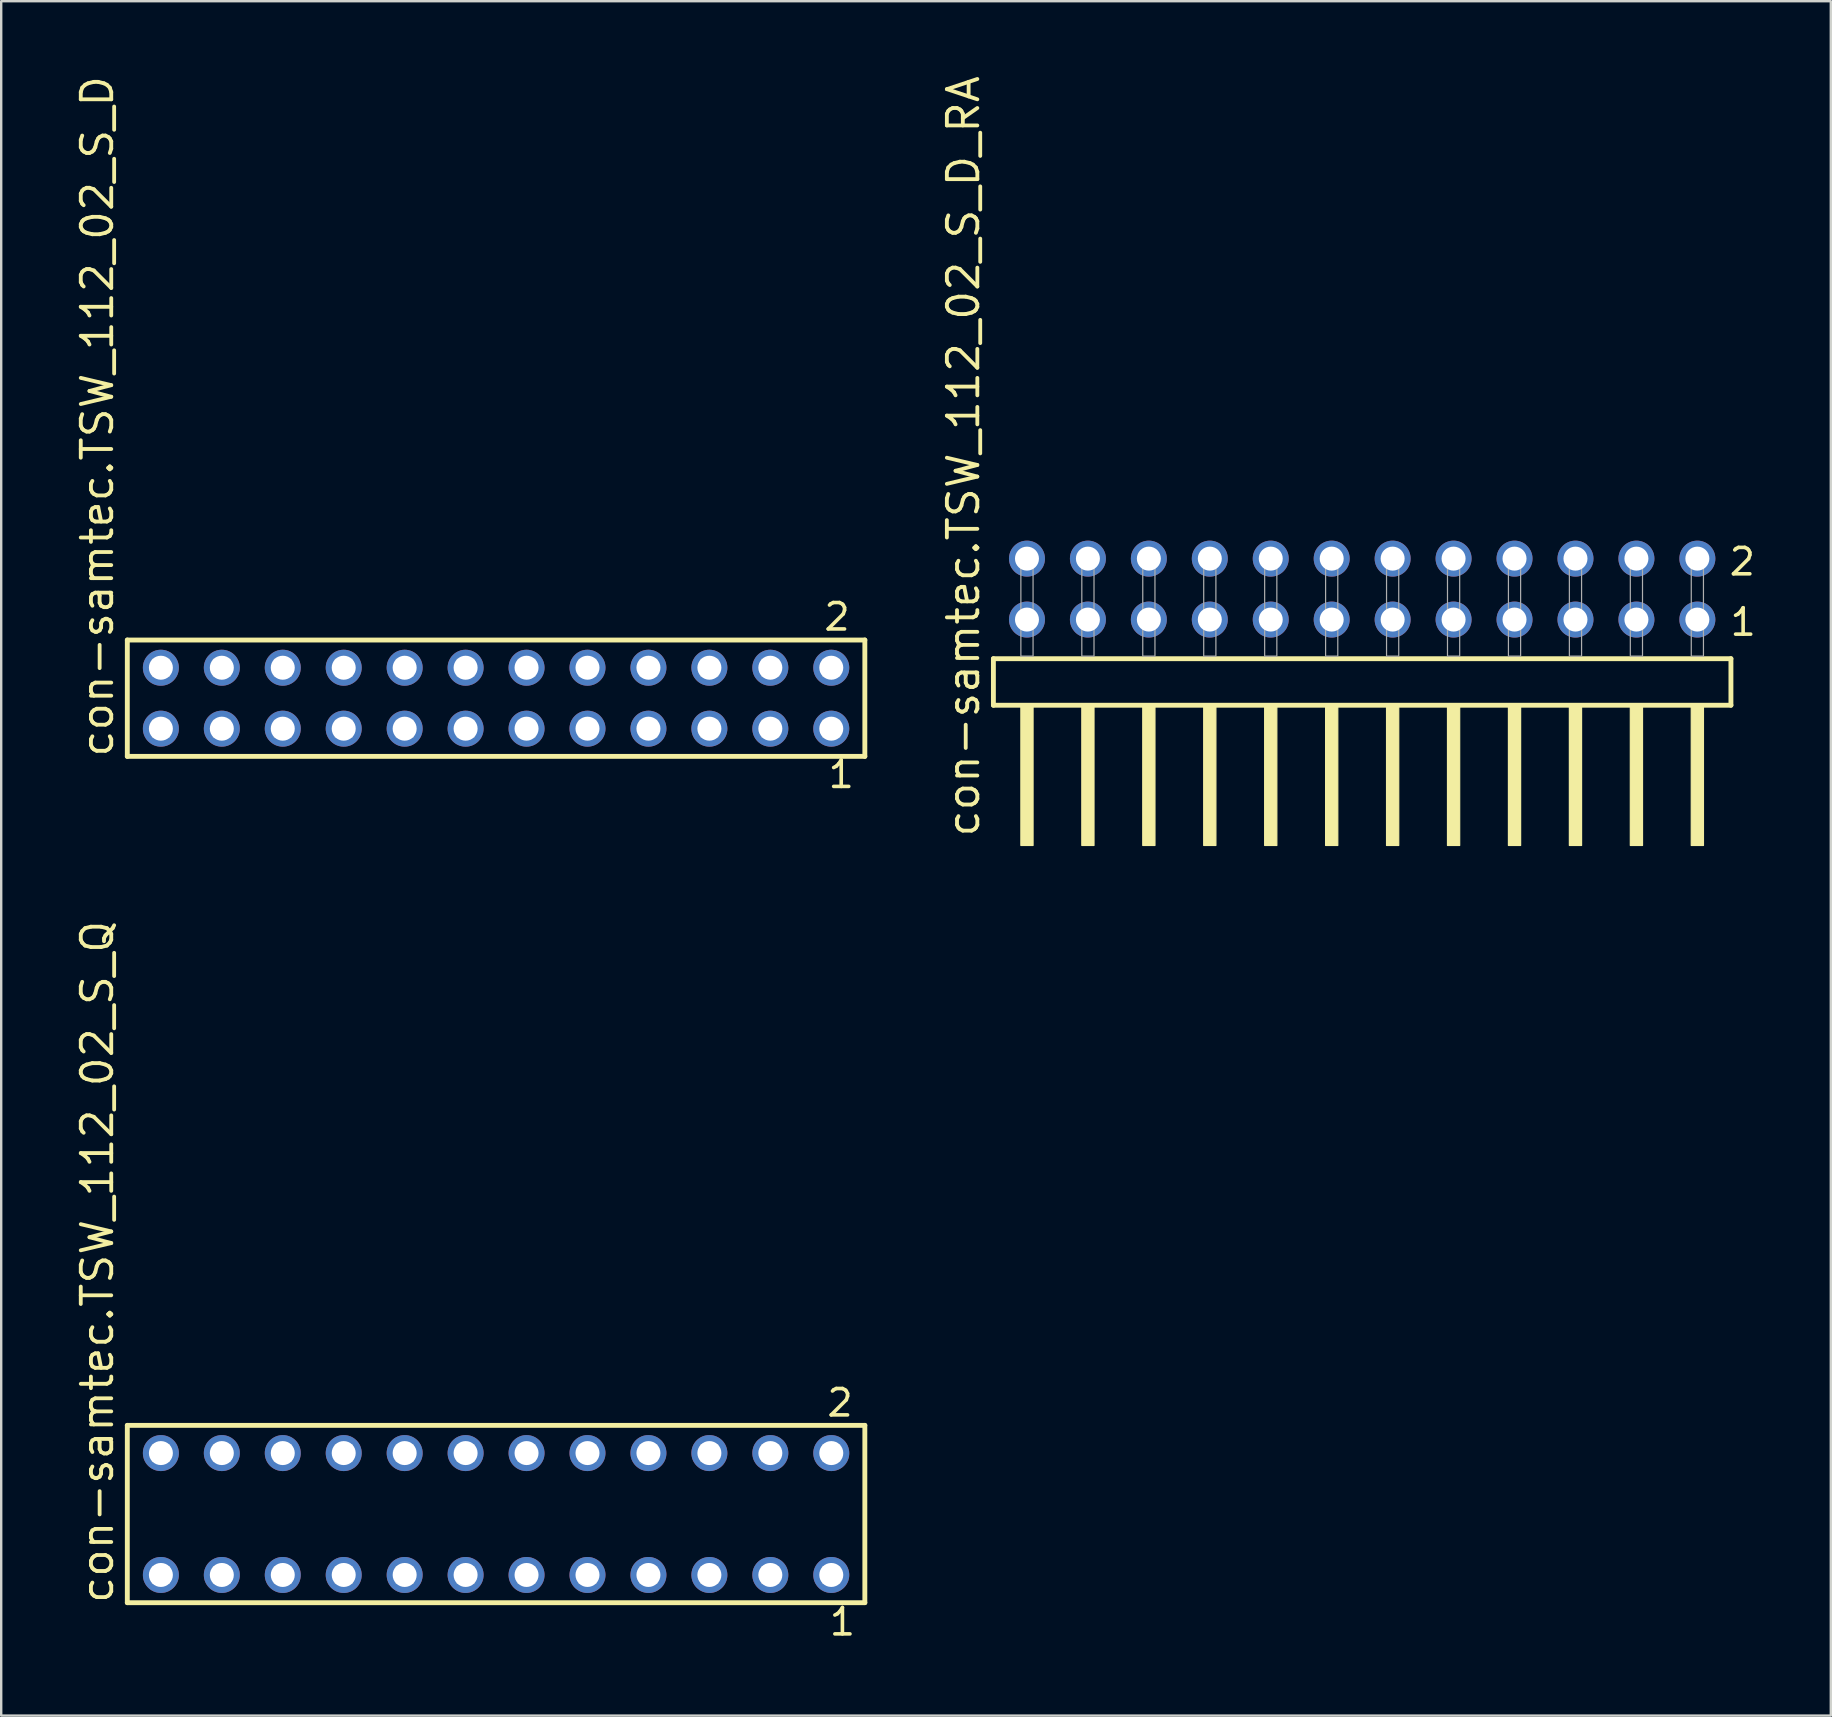
<source format=kicad_pcb>
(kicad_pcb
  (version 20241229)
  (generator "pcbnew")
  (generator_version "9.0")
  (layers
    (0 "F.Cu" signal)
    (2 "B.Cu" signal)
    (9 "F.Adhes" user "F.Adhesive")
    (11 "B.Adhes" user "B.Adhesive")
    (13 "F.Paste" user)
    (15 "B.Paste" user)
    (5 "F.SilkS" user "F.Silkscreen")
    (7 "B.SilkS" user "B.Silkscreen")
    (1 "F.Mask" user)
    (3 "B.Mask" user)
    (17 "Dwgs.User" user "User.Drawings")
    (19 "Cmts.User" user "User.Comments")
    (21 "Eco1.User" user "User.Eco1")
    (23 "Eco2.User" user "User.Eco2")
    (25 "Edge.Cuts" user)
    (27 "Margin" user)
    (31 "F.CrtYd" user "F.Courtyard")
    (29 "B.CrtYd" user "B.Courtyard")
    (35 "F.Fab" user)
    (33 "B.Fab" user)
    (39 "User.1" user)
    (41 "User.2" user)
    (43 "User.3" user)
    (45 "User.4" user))
  (footprint "con-samtec.TSW_112_02_S_D_RA"
    (layer "F.Cu")
    (at 53.721 24.296)
    (property "Reference" "con-samtec.TSW_112_02_S_D_RA" (at -15.875 7.62 90) (layer "F.SilkS") (effects (font (size 1.27 1.27) (thickness 0.16)) (justify left bottom)))
    (attr through_hole)
    (fp_line (start -15.369 0.106) (end -15.369 2.046) (stroke (width 0.203) (type default)) (layer "F.SilkS"))
    (fp_line (start -15.369 2.046) (end 15.369 2.046) (stroke (width 0.203) (type default)) (layer "F.SilkS"))
    (fp_line (start 15.369 0.106) (end -15.369 0.106) (stroke (width 0.203) (type default)) (layer "F.SilkS"))
    (fp_line (start 15.369 2.046) (end 15.369 0.106) (stroke (width 0.203) (type default)) (layer "F.SilkS"))
    (fp_rect (start -14.224 7.89) (end -13.716 2.04) (stroke (width 0.05) (type default)) (fill yes) (layer "F.SilkS"))
    (fp_rect (start -11.684 7.89) (end -11.176 2.04) (stroke (width 0.05) (type default)) (fill yes) (layer "F.SilkS"))
    (fp_rect (start -9.144 7.89) (end -8.636 2.04) (stroke (width 0.05) (type default)) (fill yes) (layer "F.SilkS"))
    (fp_rect (start -6.604 7.89) (end -6.096 2.04) (stroke (width 0.05) (type default)) (fill yes) (layer "F.SilkS"))
    (fp_rect (start -4.064 7.89) (end -3.556 2.04) (stroke (width 0.05) (type default)) (fill yes) (layer "F.SilkS"))
    (fp_rect (start -1.524 7.89) (end -1.016 2.04) (stroke (width 0.05) (type default)) (fill yes) (layer "F.SilkS"))
    (fp_rect (start 1.016 7.89) (end 1.524 2.04) (stroke (width 0.05) (type default)) (fill yes) (layer "F.SilkS"))
    (fp_rect (start 3.556 7.89) (end 4.064 2.04) (stroke (width 0.05) (type default)) (fill yes) (layer "F.SilkS"))
    (fp_rect (start 6.096 7.89) (end 6.604 2.04) (stroke (width 0.05) (type default)) (fill yes) (layer "F.SilkS"))
    (fp_rect (start 8.636 7.89) (end 9.144 2.04) (stroke (width 0.05) (type default)) (fill yes) (layer "F.SilkS"))
    (fp_rect (start 11.176 7.89) (end 11.684 2.04) (stroke (width 0.05) (type default)) (fill yes) (layer "F.SilkS"))
    (fp_rect (start 13.716 7.89) (end 14.224 2.04) (stroke (width 0.05) (type default)) (fill yes) (layer "F.SilkS"))
    (fp_rect (start -14.224 0) (end -13.716 -4.318) (stroke (width 0.05) (type default)) (fill no) (layer "F.Fab"))
    (fp_rect (start -11.684 0) (end -11.176 -4.318) (stroke (width 0.05) (type default)) (fill no) (layer "F.Fab"))
    (fp_rect (start -9.144 0) (end -8.636 -4.318) (stroke (width 0.05) (type default)) (fill no) (layer "F.Fab"))
    (fp_rect (start -6.604 0) (end -6.096 -4.318) (stroke (width 0.05) (type default)) (fill no) (layer "F.Fab"))
    (fp_rect (start -4.064 0) (end -3.556 -4.318) (stroke (width 0.05) (type default)) (fill no) (layer "F.Fab"))
    (fp_rect (start -1.524 0) (end -1.016 -4.318) (stroke (width 0.05) (type default)) (fill no) (layer "F.Fab"))
    (fp_rect (start 1.016 0) (end 1.524 -4.318) (stroke (width 0.05) (type default)) (fill no) (layer "F.Fab"))
    (fp_rect (start 3.556 0) (end 4.064 -4.318) (stroke (width 0.05) (type default)) (fill no) (layer "F.Fab"))
    (fp_rect (start 6.096 0) (end 6.604 -4.318) (stroke (width 0.05) (type default)) (fill no) (layer "F.Fab"))
    (fp_rect (start 8.636 0) (end 9.144 -4.318) (stroke (width 0.05) (type default)) (fill no) (layer "F.Fab"))
    (fp_rect (start 11.176 0) (end 11.684 -4.318) (stroke (width 0.05) (type default)) (fill no) (layer "F.Fab"))
    (fp_rect (start 13.716 0) (end 14.224 -4.318) (stroke (width 0.05) (type default)) (fill no) (layer "F.Fab"))
    (fp_text user "1" (at 15.255 -0.775 0) (layer "F.SilkS") (effects (font (size 1.1 1.1) (thickness 0.15)) (justify left bottom)))
    (fp_text user "2" (at 15.22 -3.29 0) (layer "F.SilkS") (effects (font (size 1.1 1.1) (thickness 0.15)) (justify left bottom)))
    (pad "1" thru_hole circle (at 13.97 -1.524 180) (size 1.5 1.5) (drill 1) (layers "*.Cu" "*.Mask"))
    (pad "2" thru_hole circle (at 13.97 -4.064 180) (size 1.5 1.5) (drill 1) (layers "*.Cu" "*.Mask"))
    (pad "3" thru_hole circle (at 11.43 -1.524 180) (size 1.5 1.5) (drill 1) (layers "*.Cu" "*.Mask"))
    (pad "4" thru_hole circle (at 11.43 -4.064 180) (size 1.5 1.5) (drill 1) (layers "*.Cu" "*.Mask"))
    (pad "5" thru_hole circle (at 8.89 -1.524 180) (size 1.5 1.5) (drill 1) (layers "*.Cu" "*.Mask"))
    (pad "6" thru_hole circle (at 8.89 -4.064 180) (size 1.5 1.5) (drill 1) (layers "*.Cu" "*.Mask"))
    (pad "7" thru_hole circle (at 6.35 -1.524 180) (size 1.5 1.5) (drill 1) (layers "*.Cu" "*.Mask"))
    (pad "8" thru_hole circle (at 6.35 -4.064 180) (size 1.5 1.5) (drill 1) (layers "*.Cu" "*.Mask"))
    (pad "9" thru_hole circle (at 3.81 -1.524 180) (size 1.5 1.5) (drill 1) (layers "*.Cu" "*.Mask"))
    (pad "10" thru_hole circle (at 3.81 -4.064 180) (size 1.5 1.5) (drill 1) (layers "*.Cu" "*.Mask"))
    (pad "11" thru_hole circle (at 1.27 -1.524 180) (size 1.5 1.5) (drill 1) (layers "*.Cu" "*.Mask"))
    (pad "12" thru_hole circle (at 1.27 -4.064 180) (size 1.5 1.5) (drill 1) (layers "*.Cu" "*.Mask"))
    (pad "13" thru_hole circle (at -1.27 -1.524 180) (size 1.5 1.5) (drill 1) (layers "*.Cu" "*.Mask"))
    (pad "14" thru_hole circle (at -1.27 -4.064 180) (size 1.5 1.5) (drill 1) (layers "*.Cu" "*.Mask"))
    (pad "15" thru_hole circle (at -3.81 -1.524 180) (size 1.5 1.5) (drill 1) (layers "*.Cu" "*.Mask"))
    (pad "16" thru_hole circle (at -3.81 -4.064 180) (size 1.5 1.5) (drill 1) (layers "*.Cu" "*.Mask"))
    (pad "17" thru_hole circle (at -6.35 -1.524 180) (size 1.5 1.5) (drill 1) (layers "*.Cu" "*.Mask"))
    (pad "18" thru_hole circle (at -6.35 -4.064 180) (size 1.5 1.5) (drill 1) (layers "*.Cu" "*.Mask"))
    (pad "19" thru_hole circle (at -8.89 -1.524 180) (size 1.5 1.5) (drill 1) (layers "*.Cu" "*.Mask"))
    (pad "20" thru_hole circle (at -8.89 -4.064 180) (size 1.5 1.5) (drill 1) (layers "*.Cu" "*.Mask"))
    (pad "21" thru_hole circle (at -11.43 -1.524 180) (size 1.5 1.5) (drill 1) (layers "*.Cu" "*.Mask"))
    (pad "22" thru_hole circle (at -11.43 -4.064 180) (size 1.5 1.5) (drill 1) (layers "*.Cu" "*.Mask"))
    (pad "23" thru_hole circle (at -13.97 -1.524 180) (size 1.5 1.5) (drill 1) (layers "*.Cu" "*.Mask"))
    (pad "24" thru_hole circle (at -13.97 -4.064 180) (size 1.5 1.5) (drill 1) (layers "*.Cu" "*.Mask")))
  (footprint "con-samtec.TSW_112_02_S_Q"
    (layer "F.Cu")
    (at 17.625 60.05)
    (property "Reference" "con-samtec.TSW_112_02_S_Q" (at -15.875 3.81 90) (layer "F.SilkS") (effects (font (size 1.27 1.27) (thickness 0.16)) (justify left bottom)))
    (attr through_hole)
    (fp_line (start -15.369 -3.695) (end 15.369 -3.695) (stroke (width 0.203) (type default)) (layer "F.SilkS"))
    (fp_line (start -15.369 3.695) (end -15.369 -3.695) (stroke (width 0.203) (type default)) (layer "F.SilkS"))
    (fp_line (start 15.369 -3.695) (end 15.369 3.695) (stroke (width 0.203) (type default)) (layer "F.SilkS"))
    (fp_line (start 15.369 3.695) (end -15.369 3.695) (stroke (width 0.203) (type default)) (layer "F.SilkS"))
    (fp_rect (start -14.32 -2.19) (end -13.62 -2.89) (stroke (width 0.05) (type default)) (fill no) (layer "F.Fab"))
    (fp_rect (start -14.32 2.89) (end -13.62 2.19) (stroke (width 0.05) (type default)) (fill no) (layer "F.Fab"))
    (fp_rect (start -11.78 -2.19) (end -11.08 -2.89) (stroke (width 0.05) (type default)) (fill no) (layer "F.Fab"))
    (fp_rect (start -11.78 2.89) (end -11.08 2.19) (stroke (width 0.05) (type default)) (fill no) (layer "F.Fab"))
    (fp_rect (start -9.24 -2.19) (end -8.54 -2.89) (stroke (width 0.05) (type default)) (fill no) (layer "F.Fab"))
    (fp_rect (start -9.24 2.89) (end -8.54 2.19) (stroke (width 0.05) (type default)) (fill no) (layer "F.Fab"))
    (fp_rect (start -6.7 -2.19) (end -6 -2.89) (stroke (width 0.05) (type default)) (fill no) (layer "F.Fab"))
    (fp_rect (start -6.7 2.89) (end -6 2.19) (stroke (width 0.05) (type default)) (fill no) (layer "F.Fab"))
    (fp_rect (start -4.16 -2.19) (end -3.46 -2.89) (stroke (width 0.05) (type default)) (fill no) (layer "F.Fab"))
    (fp_rect (start -4.16 2.89) (end -3.46 2.19) (stroke (width 0.05) (type default)) (fill no) (layer "F.Fab"))
    (fp_rect (start -1.62 -2.19) (end -0.92 -2.89) (stroke (width 0.05) (type default)) (fill no) (layer "F.Fab"))
    (fp_rect (start -1.62 2.89) (end -0.92 2.19) (stroke (width 0.05) (type default)) (fill no) (layer "F.Fab"))
    (fp_rect (start 0.92 -2.19) (end 1.62 -2.89) (stroke (width 0.05) (type default)) (fill no) (layer "F.Fab"))
    (fp_rect (start 0.92 2.89) (end 1.62 2.19) (stroke (width 0.05) (type default)) (fill no) (layer "F.Fab"))
    (fp_rect (start 3.46 -2.19) (end 4.16 -2.89) (stroke (width 0.05) (type default)) (fill no) (layer "F.Fab"))
    (fp_rect (start 3.46 2.89) (end 4.16 2.19) (stroke (width 0.05) (type default)) (fill no) (layer "F.Fab"))
    (fp_rect (start 6 -2.19) (end 6.7 -2.89) (stroke (width 0.05) (type default)) (fill no) (layer "F.Fab"))
    (fp_rect (start 6 2.89) (end 6.7 2.19) (stroke (width 0.05) (type default)) (fill no) (layer "F.Fab"))
    (fp_rect (start 8.54 -2.19) (end 9.24 -2.89) (stroke (width 0.05) (type default)) (fill no) (layer "F.Fab"))
    (fp_rect (start 8.54 2.89) (end 9.24 2.19) (stroke (width 0.05) (type default)) (fill no) (layer "F.Fab"))
    (fp_rect (start 11.08 -2.19) (end 11.78 -2.89) (stroke (width 0.05) (type default)) (fill no) (layer "F.Fab"))
    (fp_rect (start 11.08 2.89) (end 11.78 2.19) (stroke (width 0.05) (type default)) (fill no) (layer "F.Fab"))
    (fp_rect (start 13.62 -2.19) (end 14.32 -2.89) (stroke (width 0.05) (type default)) (fill no) (layer "F.Fab"))
    (fp_rect (start 13.62 2.89) (end 14.32 2.19) (stroke (width 0.05) (type default)) (fill no) (layer "F.Fab"))
    (fp_text user "1" (at 13.812 5.138 0) (layer "F.SilkS") (effects (font (size 1.1 1.1) (thickness 0.15)) (justify left bottom)))
    (fp_text user "2" (at 13.712 -3.989 0) (layer "F.SilkS") (effects (font (size 1.1 1.1) (thickness 0.15)) (justify left bottom)))
    (pad "1" thru_hole circle (at 13.97 2.54 180) (size 1.5 1.5) (drill 1) (layers "*.Cu" "*.Mask"))
    (pad "2" thru_hole circle (at 13.97 -2.54 180) (size 1.5 1.5) (drill 1) (layers "*.Cu" "*.Mask"))
    (pad "3" thru_hole circle (at 11.43 2.54 180) (size 1.5 1.5) (drill 1) (layers "*.Cu" "*.Mask"))
    (pad "4" thru_hole circle (at 11.43 -2.54 180) (size 1.5 1.5) (drill 1) (layers "*.Cu" "*.Mask"))
    (pad "5" thru_hole circle (at 8.89 2.54 180) (size 1.5 1.5) (drill 1) (layers "*.Cu" "*.Mask"))
    (pad "6" thru_hole circle (at 8.89 -2.54 180) (size 1.5 1.5) (drill 1) (layers "*.Cu" "*.Mask"))
    (pad "7" thru_hole circle (at 6.35 2.54 180) (size 1.5 1.5) (drill 1) (layers "*.Cu" "*.Mask"))
    (pad "8" thru_hole circle (at 6.35 -2.54 180) (size 1.5 1.5) (drill 1) (layers "*.Cu" "*.Mask"))
    (pad "9" thru_hole circle (at 3.81 2.54 180) (size 1.5 1.5) (drill 1) (layers "*.Cu" "*.Mask"))
    (pad "10" thru_hole circle (at 3.81 -2.54 180) (size 1.5 1.5) (drill 1) (layers "*.Cu" "*.Mask"))
    (pad "11" thru_hole circle (at 1.27 2.54 180) (size 1.5 1.5) (drill 1) (layers "*.Cu" "*.Mask"))
    (pad "12" thru_hole circle (at 1.27 -2.54 180) (size 1.5 1.5) (drill 1) (layers "*.Cu" "*.Mask"))
    (pad "13" thru_hole circle (at -1.27 2.54 180) (size 1.5 1.5) (drill 1) (layers "*.Cu" "*.Mask"))
    (pad "14" thru_hole circle (at -1.27 -2.54 180) (size 1.5 1.5) (drill 1) (layers "*.Cu" "*.Mask"))
    (pad "15" thru_hole circle (at -3.81 2.54 180) (size 1.5 1.5) (drill 1) (layers "*.Cu" "*.Mask"))
    (pad "16" thru_hole circle (at -3.81 -2.54 180) (size 1.5 1.5) (drill 1) (layers "*.Cu" "*.Mask"))
    (pad "17" thru_hole circle (at -6.35 2.54 180) (size 1.5 1.5) (drill 1) (layers "*.Cu" "*.Mask"))
    (pad "18" thru_hole circle (at -6.35 -2.54 180) (size 1.5 1.5) (drill 1) (layers "*.Cu" "*.Mask"))
    (pad "19" thru_hole circle (at -8.89 2.54 180) (size 1.5 1.5) (drill 1) (layers "*.Cu" "*.Mask"))
    (pad "20" thru_hole circle (at -8.89 -2.54 180) (size 1.5 1.5) (drill 1) (layers "*.Cu" "*.Mask"))
    (pad "21" thru_hole circle (at -11.43 2.54 180) (size 1.5 1.5) (drill 1) (layers "*.Cu" "*.Mask"))
    (pad "22" thru_hole circle (at -11.43 -2.54 180) (size 1.5 1.5) (drill 1) (layers "*.Cu" "*.Mask"))
    (pad "23" thru_hole circle (at -13.97 2.54 180) (size 1.5 1.5) (drill 1) (layers "*.Cu" "*.Mask"))
    (pad "24" thru_hole circle (at -13.97 -2.54 180) (size 1.5 1.5) (drill 1) (layers "*.Cu" "*.Mask")))
  (footprint "con-samtec.TSW_112_02_S_D"
    (layer "F.Cu")
    (at 17.625 26.049)
    (property "Reference" "con-samtec.TSW_112_02_S_D" (at -15.875 2.54 90) (layer "F.SilkS") (effects (font (size 1.27 1.27) (thickness 0.16)) (justify left bottom)))
    (attr through_hole)
    (fp_line (start -15.369 -2.425) (end 15.369 -2.425) (stroke (width 0.203) (type default)) (layer "F.SilkS"))
    (fp_line (start -15.369 2.425) (end -15.369 -2.425) (stroke (width 0.203) (type default)) (layer "F.SilkS"))
    (fp_line (start 15.369 -2.425) (end 15.369 2.425) (stroke (width 0.203) (type default)) (layer "F.SilkS"))
    (fp_line (start 15.369 2.425) (end -15.369 2.425) (stroke (width 0.203) (type default)) (layer "F.SilkS"))
    (fp_rect (start -14.32 -0.92) (end -13.62 -1.62) (stroke (width 0.05) (type default)) (fill no) (layer "F.Fab"))
    (fp_rect (start -14.32 1.62) (end -13.62 0.92) (stroke (width 0.05) (type default)) (fill no) (layer "F.Fab"))
    (fp_rect (start -11.78 -0.92) (end -11.08 -1.62) (stroke (width 0.05) (type default)) (fill no) (layer "F.Fab"))
    (fp_rect (start -11.78 1.62) (end -11.08 0.92) (stroke (width 0.05) (type default)) (fill no) (layer "F.Fab"))
    (fp_rect (start -9.24 -0.92) (end -8.54 -1.62) (stroke (width 0.05) (type default)) (fill no) (layer "F.Fab"))
    (fp_rect (start -9.24 1.62) (end -8.54 0.92) (stroke (width 0.05) (type default)) (fill no) (layer "F.Fab"))
    (fp_rect (start -6.7 -0.92) (end -6 -1.62) (stroke (width 0.05) (type default)) (fill no) (layer "F.Fab"))
    (fp_rect (start -6.7 1.62) (end -6 0.92) (stroke (width 0.05) (type default)) (fill no) (layer "F.Fab"))
    (fp_rect (start -4.16 -0.92) (end -3.46 -1.62) (stroke (width 0.05) (type default)) (fill no) (layer "F.Fab"))
    (fp_rect (start -4.16 1.62) (end -3.46 0.92) (stroke (width 0.05) (type default)) (fill no) (layer "F.Fab"))
    (fp_rect (start -1.62 -0.92) (end -0.92 -1.62) (stroke (width 0.05) (type default)) (fill no) (layer "F.Fab"))
    (fp_rect (start -1.62 1.62) (end -0.92 0.92) (stroke (width 0.05) (type default)) (fill no) (layer "F.Fab"))
    (fp_rect (start 0.92 -0.92) (end 1.62 -1.62) (stroke (width 0.05) (type default)) (fill no) (layer "F.Fab"))
    (fp_rect (start 0.92 1.62) (end 1.62 0.92) (stroke (width 0.05) (type default)) (fill no) (layer "F.Fab"))
    (fp_rect (start 3.46 -0.92) (end 4.16 -1.62) (stroke (width 0.05) (type default)) (fill no) (layer "F.Fab"))
    (fp_rect (start 3.46 1.62) (end 4.16 0.92) (stroke (width 0.05) (type default)) (fill no) (layer "F.Fab"))
    (fp_rect (start 6 -0.92) (end 6.7 -1.62) (stroke (width 0.05) (type default)) (fill no) (layer "F.Fab"))
    (fp_rect (start 6 1.62) (end 6.7 0.92) (stroke (width 0.05) (type default)) (fill no) (layer "F.Fab"))
    (fp_rect (start 8.54 -0.92) (end 9.24 -1.62) (stroke (width 0.05) (type default)) (fill no) (layer "F.Fab"))
    (fp_rect (start 8.54 1.62) (end 9.24 0.92) (stroke (width 0.05) (type default)) (fill no) (layer "F.Fab"))
    (fp_rect (start 11.08 -0.92) (end 11.78 -1.62) (stroke (width 0.05) (type default)) (fill no) (layer "F.Fab"))
    (fp_rect (start 11.08 1.62) (end 11.78 0.92) (stroke (width 0.05) (type default)) (fill no) (layer "F.Fab"))
    (fp_rect (start 13.62 -0.92) (end 14.32 -1.62) (stroke (width 0.05) (type default)) (fill no) (layer "F.Fab"))
    (fp_rect (start 13.62 1.62) (end 14.32 0.92) (stroke (width 0.05) (type default)) (fill no) (layer "F.Fab"))
    (fp_text user "1" (at 13.762 3.818 0) (layer "F.SilkS") (effects (font (size 1.1 1.1) (thickness 0.15)) (justify left bottom)))
    (fp_text user "2" (at 13.587 -2.744 0) (layer "F.SilkS") (effects (font (size 1.1 1.1) (thickness 0.15)) (justify left bottom)))
    (pad "1" thru_hole circle (at 13.97 1.27 180) (size 1.5 1.5) (drill 1) (layers "*.Cu" "*.Mask"))
    (pad "2" thru_hole circle (at 13.97 -1.27 180) (size 1.5 1.5) (drill 1) (layers "*.Cu" "*.Mask"))
    (pad "3" thru_hole circle (at 11.43 1.27 180) (size 1.5 1.5) (drill 1) (layers "*.Cu" "*.Mask"))
    (pad "4" thru_hole circle (at 11.43 -1.27 180) (size 1.5 1.5) (drill 1) (layers "*.Cu" "*.Mask"))
    (pad "5" thru_hole circle (at 8.89 1.27 180) (size 1.5 1.5) (drill 1) (layers "*.Cu" "*.Mask"))
    (pad "6" thru_hole circle (at 8.89 -1.27 180) (size 1.5 1.5) (drill 1) (layers "*.Cu" "*.Mask"))
    (pad "7" thru_hole circle (at 6.35 1.27 180) (size 1.5 1.5) (drill 1) (layers "*.Cu" "*.Mask"))
    (pad "8" thru_hole circle (at 6.35 -1.27 180) (size 1.5 1.5) (drill 1) (layers "*.Cu" "*.Mask"))
    (pad "9" thru_hole circle (at 3.81 1.27 180) (size 1.5 1.5) (drill 1) (layers "*.Cu" "*.Mask"))
    (pad "10" thru_hole circle (at 3.81 -1.27 180) (size 1.5 1.5) (drill 1) (layers "*.Cu" "*.Mask"))
    (pad "11" thru_hole circle (at 1.27 1.27 180) (size 1.5 1.5) (drill 1) (layers "*.Cu" "*.Mask"))
    (pad "12" thru_hole circle (at 1.27 -1.27 180) (size 1.5 1.5) (drill 1) (layers "*.Cu" "*.Mask"))
    (pad "13" thru_hole circle (at -1.27 1.27 180) (size 1.5 1.5) (drill 1) (layers "*.Cu" "*.Mask"))
    (pad "14" thru_hole circle (at -1.27 -1.27 180) (size 1.5 1.5) (drill 1) (layers "*.Cu" "*.Mask"))
    (pad "15" thru_hole circle (at -3.81 1.27 180) (size 1.5 1.5) (drill 1) (layers "*.Cu" "*.Mask"))
    (pad "16" thru_hole circle (at -3.81 -1.27 180) (size 1.5 1.5) (drill 1) (layers "*.Cu" "*.Mask"))
    (pad "17" thru_hole circle (at -6.35 1.27 180) (size 1.5 1.5) (drill 1) (layers "*.Cu" "*.Mask"))
    (pad "18" thru_hole circle (at -6.35 -1.27 180) (size 1.5 1.5) (drill 1) (layers "*.Cu" "*.Mask"))
    (pad "19" thru_hole circle (at -8.89 1.27 180) (size 1.5 1.5) (drill 1) (layers "*.Cu" "*.Mask"))
    (pad "20" thru_hole circle (at -8.89 -1.27 180) (size 1.5 1.5) (drill 1) (layers "*.Cu" "*.Mask"))
    (pad "21" thru_hole circle (at -11.43 1.27 180) (size 1.5 1.5) (drill 1) (layers "*.Cu" "*.Mask"))
    (pad "22" thru_hole circle (at -11.43 -1.27 180) (size 1.5 1.5) (drill 1) (layers "*.Cu" "*.Mask"))
    (pad "23" thru_hole circle (at -13.97 1.27 180) (size 1.5 1.5) (drill 1) (layers "*.Cu" "*.Mask"))
    (pad "24" thru_hole circle (at -13.97 -1.27 180) (size 1.5 1.5) (drill 1) (layers "*.Cu" "*.Mask")))
  (gr_rect
    (start -3 -3)
    (end 73.253 68.452)
    (stroke (width 0.1) (type default))
    (fill no)
    (layer "Edge.Cuts")))
</source>
